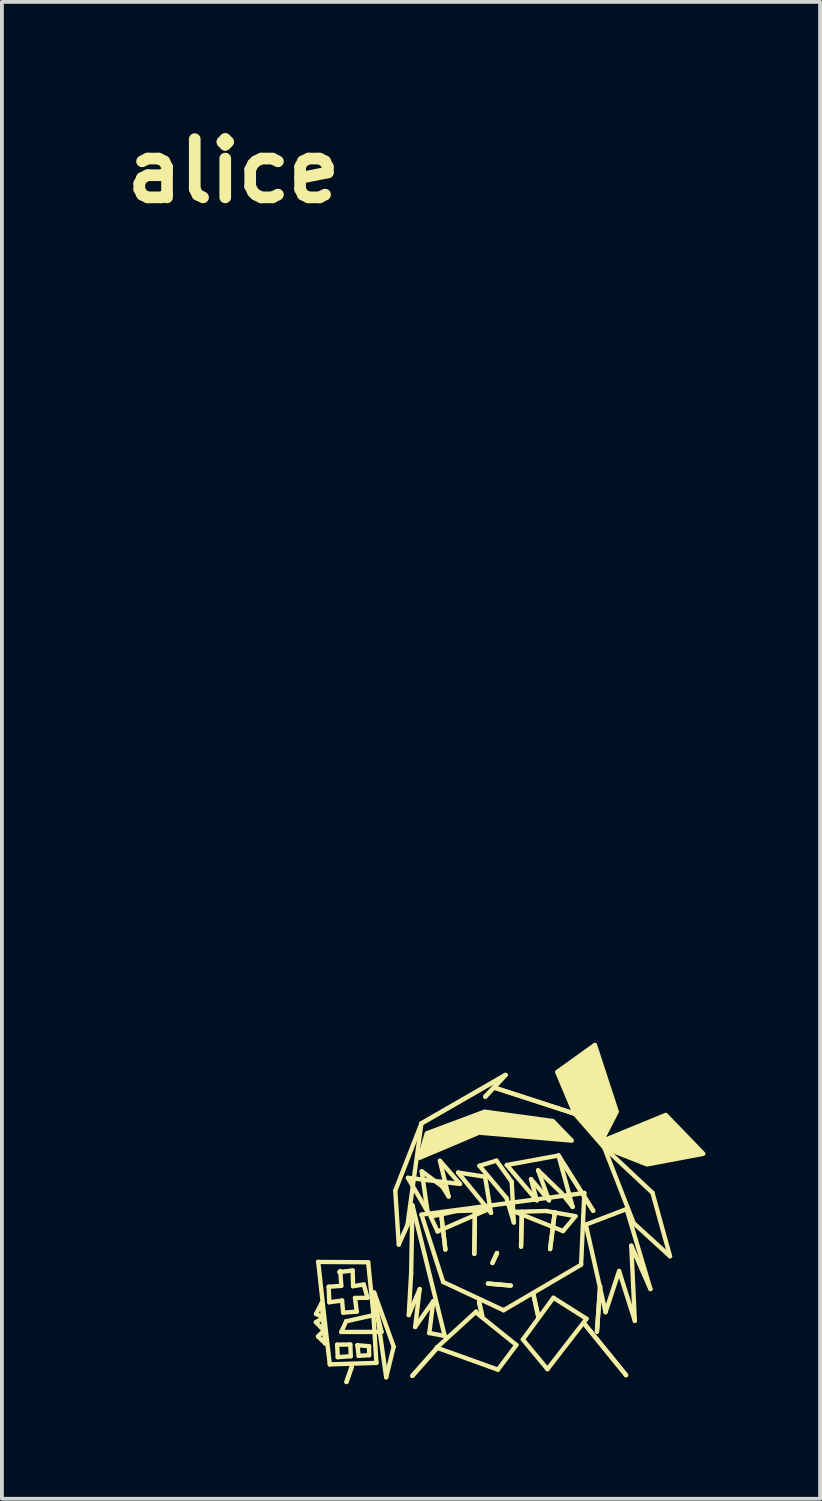
<source format=kicad_pcb>
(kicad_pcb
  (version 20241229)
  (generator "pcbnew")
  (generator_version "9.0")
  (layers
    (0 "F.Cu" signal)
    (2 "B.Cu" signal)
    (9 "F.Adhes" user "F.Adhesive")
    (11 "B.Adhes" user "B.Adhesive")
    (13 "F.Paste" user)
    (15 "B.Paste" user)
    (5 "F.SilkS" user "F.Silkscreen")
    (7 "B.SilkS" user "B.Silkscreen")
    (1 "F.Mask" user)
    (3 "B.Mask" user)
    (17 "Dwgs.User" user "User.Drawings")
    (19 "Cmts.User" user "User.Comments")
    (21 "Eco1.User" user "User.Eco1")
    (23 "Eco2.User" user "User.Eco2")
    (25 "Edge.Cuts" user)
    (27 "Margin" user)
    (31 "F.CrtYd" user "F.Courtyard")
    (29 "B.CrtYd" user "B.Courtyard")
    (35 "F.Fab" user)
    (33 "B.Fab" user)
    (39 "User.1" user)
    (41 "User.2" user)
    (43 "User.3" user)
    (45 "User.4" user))
  (footprint "alice"
    (layer "F.Cu")
    (at 3.063 18.806)
    (property "Reference" "alice" (at 0 -17.379 0) (layer "F.SilkS") (effects (font (size 1.524 1.524) (thickness 0.305))))
    (attr smd)
    (fp_poly (pts (xy 7.524 10.771) (xy 8.274 10.798) (xy 8.44 10.162) (xy 8.297 9.749) (xy 7.869 10.293) (xy 7.394 9.894) (xy 7.524 10.771)) (stroke (width 0) (type solid)) (fill yes) (layer "F.Mask"))
    (fp_poly (pts (xy 5.544 10.847) (xy 6.294 10.874) (xy 6.341 10.232) (xy 6.317 9.825) (xy 5.889 10.369) (xy 5.414 9.97) (xy 5.544 10.847) (xy 5.544 10.847)) (stroke (width 0) (type solid)) (fill yes) (layer "F.Mask"))
    (fp_line (start 2.155 12.748) (end 2.363 12.965) (stroke (width 0.114) (type solid)) (layer "F.SilkS"))
    (fp_line (start 2.158 12.532) (end 2.361 12.625) (stroke (width 0.114) (type solid)) (layer "F.SilkS"))
    (fp_line (start 2.211 13.122) (end 2.397 13.304) (stroke (width 0.114) (type solid)) (layer "F.SilkS"))
    (fp_line (start 2.216 11.172) (end 2.366 12.54) (stroke (width 0.114) (type solid)) (layer "F.SilkS"))
    (fp_line (start 2.216 11.172) (end 2.216 11.172) (stroke (width 0.114) (type solid)) (layer "F.SilkS"))
    (fp_line (start 2.305 12.251) (end 2.158 12.532) (stroke (width 0.114) (type solid)) (layer "F.SilkS"))
    (fp_line (start 2.361 12.625) (end 2.155 12.748) (stroke (width 0.114) (type solid)) (layer "F.SilkS"))
    (fp_line (start 2.363 12.965) (end 2.211 13.122) (stroke (width 0.114) (type solid)) (layer "F.SilkS"))
    (fp_line (start 2.366 12.54) (end 2.518 13.853) (stroke (width 0.114) (type solid)) (layer "F.SilkS"))
    (fp_line (start 2.397 13.304) (end 2.305 12.251) (stroke (width 0.114) (type solid)) (layer "F.SilkS"))
    (fp_line (start 2.489 11.822) (end 2.506 12.227) (stroke (width 0.114) (type solid)) (layer "F.SilkS"))
    (fp_line (start 2.506 12.227) (end 2.84 12.182) (stroke (width 0.114) (type solid)) (layer "F.SilkS"))
    (fp_line (start 2.518 13.853) (end 3.739 13.814) (stroke (width 0.114) (type solid)) (layer "F.SilkS"))
    (fp_line (start 2.711 13.337) (end 3.056 13.333) (stroke (width 0.114) (type solid)) (layer "F.SilkS"))
    (fp_line (start 2.727 13.664) (end 2.711 13.337) (stroke (width 0.114) (type solid)) (layer "F.SilkS"))
    (fp_line (start 2.772 11.436) (end 2.79 11.435) (stroke (width 0.114) (type solid)) (layer "F.SilkS"))
    (fp_line (start 2.79 11.435) (end 2.794 11.413) (stroke (width 0.114) (type solid)) (layer "F.SilkS"))
    (fp_line (start 2.794 11.413) (end 2.819 11.798) (stroke (width 0.114) (type solid)) (layer "F.SilkS"))
    (fp_line (start 2.819 11.798) (end 2.489 11.822) (stroke (width 0.114) (type solid)) (layer "F.SilkS"))
    (fp_line (start 2.819 13.005) (end 3.873 13.003) (stroke (width 0.114) (type solid)) (layer "F.SilkS"))
    (fp_line (start 2.84 12.182) (end 2.869 12.5) (stroke (width 0.114) (type solid)) (layer "F.SilkS"))
    (fp_line (start 2.869 12.5) (end 3.223 12.472) (stroke (width 0.114) (type solid)) (layer "F.SilkS"))
    (fp_line (start 2.947 12.725) (end 2.819 13.005) (stroke (width 0.114) (type solid)) (layer "F.SilkS"))
    (fp_line (start 2.955 14.314) (end 3.093 13.917) (stroke (width 0.114) (type solid)) (layer "F.SilkS"))
    (fp_line (start 3.056 13.333) (end 3.067 13.64) (stroke (width 0.114) (type solid)) (layer "F.SilkS"))
    (fp_line (start 3.067 13.64) (end 2.727 13.664) (stroke (width 0.114) (type solid)) (layer "F.SilkS"))
    (fp_line (start 3.093 13.917) (end 2.955 14.314) (stroke (width 0.114) (type solid)) (layer "F.SilkS"))
    (fp_line (start 3.117 11.396) (end 2.772 11.436) (stroke (width 0.114) (type solid)) (layer "F.SilkS"))
    (fp_line (start 3.128 11.807) (end 3.117 11.396) (stroke (width 0.114) (type solid)) (layer "F.SilkS"))
    (fp_line (start 3.178 12.115) (end 3.506 12.109) (stroke (width 0.114) (type solid)) (layer "F.SilkS"))
    (fp_line (start 3.223 12.472) (end 3.178 12.115) (stroke (width 0.114) (type solid)) (layer "F.SilkS"))
    (fp_line (start 3.243 13.352) (end 3.243 13.352) (stroke (width 0.114) (type solid)) (layer "F.SilkS"))
    (fp_line (start 3.243 13.352) (end 3.274 13.631) (stroke (width 0.114) (type solid)) (layer "F.SilkS"))
    (fp_line (start 3.274 13.631) (end 3.548 13.612) (stroke (width 0.114) (type solid)) (layer "F.SilkS"))
    (fp_line (start 3.407 11.763) (end 3.128 11.807) (stroke (width 0.114) (type solid)) (layer "F.SilkS"))
    (fp_line (start 3.506 12.109) (end 3.407 11.763) (stroke (width 0.114) (type solid)) (layer "F.SilkS"))
    (fp_line (start 3.523 11.18) (end 2.216 11.172) (stroke (width 0.114) (type solid)) (layer "F.SilkS"))
    (fp_line (start 3.546 13.377) (end 3.243 13.352) (stroke (width 0.114) (type solid)) (layer "F.SilkS"))
    (fp_line (start 3.548 13.612) (end 3.546 13.377) (stroke (width 0.114) (type solid)) (layer "F.SilkS"))
    (fp_line (start 3.655 12.488) (end 3.523 11.18) (stroke (width 0.114) (type solid)) (layer "F.SilkS"))
    (fp_line (start 3.681 11.974) (end 4.191 13.39) (stroke (width 0.114) (type solid)) (layer "F.SilkS"))
    (fp_line (start 3.739 13.814) (end 3.655 12.488) (stroke (width 0.114) (type solid)) (layer "F.SilkS"))
    (fp_line (start 3.76 12.543) (end 2.947 12.725) (stroke (width 0.114) (type solid)) (layer "F.SilkS"))
    (fp_line (start 3.873 13.003) (end 3.76 12.543) (stroke (width 0.114) (type solid)) (layer "F.SilkS"))
    (fp_line (start 3.994 14.191) (end 3.681 11.974) (stroke (width 0.114) (type solid)) (layer "F.SilkS"))
    (fp_line (start 4.191 13.39) (end 3.994 14.191) (stroke (width 0.114) (type solid)) (layer "F.SilkS"))
    (fp_line (start 4.232 9.308) (end 4.324 10.716) (stroke (width 0.114) (type solid)) (layer "F.SilkS"))
    (fp_line (start 4.324 10.716) (end 4.551 10.208) (stroke (width 0.114) (type solid)) (layer "F.SilkS"))
    (fp_line (start 4.551 10.208) (end 4.917 7.546) (stroke (width 0.114) (type solid)) (layer "F.SilkS"))
    (fp_line (start 4.564 8.971) (end 5.077 9.854) (stroke (width 0.114) (type solid)) (layer "F.SilkS"))
    (fp_line (start 4.585 12.562) (end 4.871 11.881) (stroke (width 0.114) (type solid)) (layer "F.SilkS"))
    (fp_line (start 4.648 11.465) (end 4.585 12.562) (stroke (width 0.114) (type solid)) (layer "F.SilkS"))
    (fp_line (start 4.678 14.153) (end 5.325 13.425) (stroke (width 0.114) (type solid)) (layer "F.SilkS"))
    (fp_line (start 4.682 9.69) (end 4.648 11.465) (stroke (width 0.114) (type solid)) (layer "F.SilkS"))
    (fp_line (start 4.753 12.874) (end 5.228 12.197) (stroke (width 0.114) (type solid)) (layer "F.SilkS"))
    (fp_line (start 4.871 11.881) (end 4.753 12.874) (stroke (width 0.114) (type solid)) (layer "F.SilkS"))
    (fp_line (start 4.917 7.546) (end 4.232 9.308) (stroke (width 0.114) (type solid)) (layer "F.SilkS"))
    (fp_line (start 4.917 7.546) (end 7.116 6.28) (stroke (width 0.114) (type solid)) (layer "F.SilkS"))
    (fp_line (start 4.919 9.934) (end 5.486 11.697) (stroke (width 0.114) (type solid)) (layer "F.SilkS"))
    (fp_line (start 4.925 8.799) (end 5.468 9.202) (stroke (width 0.114) (type solid)) (layer "F.SilkS"))
    (fp_line (start 5.077 9.854) (end 4.925 8.799) (stroke (width 0.114) (type solid)) (layer "F.SilkS"))
    (fp_line (start 5.123 13.033) (end 5.527 13.109) (stroke (width 0.114) (type solid)) (layer "F.SilkS"))
    (fp_line (start 5.16 9.986) (end 5.842 9.839) (stroke (width 0.114) (type solid)) (layer "F.SilkS"))
    (fp_line (start 5.228 12.197) (end 5.123 13.033) (stroke (width 0.114) (type solid)) (layer "F.SilkS"))
    (fp_line (start 5.317 13.416) (end 6.919 13.992) (stroke (width 0.114) (type solid)) (layer "F.SilkS"))
    (fp_line (start 5.325 13.425) (end 4.678 14.153) (stroke (width 0.114) (type solid)) (layer "F.SilkS"))
    (fp_line (start 5.339 10.374) (end 5.16 9.986) (stroke (width 0.114) (type solid)) (layer "F.SilkS"))
    (fp_line (start 5.401 8.525) (end 5.926 9.131) (stroke (width 0.114) (type solid)) (layer "F.SilkS"))
    (fp_line (start 5.431 9.901) (end 5.544 10.847) (stroke (width 0.114) (type solid)) (layer "F.SilkS"))
    (fp_line (start 5.468 9.202) (end 5.628 9.459) (stroke (width 0.114) (type solid)) (layer "F.SilkS"))
    (fp_line (start 5.486 11.697) (end 7.066 12.436) (stroke (width 0.114) (type solid)) (layer "F.SilkS"))
    (fp_line (start 5.527 13.109) (end 4.682 9.69) (stroke (width 0.114) (type solid)) (layer "F.SilkS"))
    (fp_line (start 5.544 10.847) (end 5.431 9.901) (stroke (width 0.114) (type solid)) (layer "F.SilkS"))
    (fp_line (start 5.628 9.459) (end 5.401 8.525) (stroke (width 0.114) (type solid)) (layer "F.SilkS"))
    (fp_line (start 5.842 9.839) (end 6.609 9.818) (stroke (width 0.114) (type solid)) (layer "F.SilkS"))
    (fp_line (start 5.876 8.832) (end 6.738 9.888) (stroke (width 0.114) (type solid)) (layer "F.SilkS"))
    (fp_line (start 5.926 9.131) (end 4.564 8.971) (stroke (width 0.114) (type solid)) (layer "F.SilkS"))
    (fp_line (start 6.301 10.96) (end 6.317 9.825) (stroke (width 0.114) (type solid)) (layer "F.SilkS"))
    (fp_line (start 6.317 9.825) (end 6.301 10.96) (stroke (width 0.114) (type solid)) (layer "F.SilkS"))
    (fp_line (start 6.343 12.495) (end 6.347 12.474) (stroke (width 0.114) (type solid)) (layer "F.SilkS"))
    (fp_line (start 6.347 12.474) (end 5.317 13.416) (stroke (width 0.114) (type solid)) (layer "F.SilkS"))
    (fp_line (start 6.425 12.221) (end 6.507 12.575) (stroke (width 0.114) (type solid)) (layer "F.SilkS"))
    (fp_line (start 6.435 8.656) (end 7.142 9.497) (stroke (width 0.114) (type solid)) (layer "F.SilkS"))
    (fp_line (start 6.507 12.575) (end 6.425 12.221) (stroke (width 0.114) (type solid)) (layer "F.SilkS"))
    (fp_line (start 6.582 8.942) (end 5.876 8.832) (stroke (width 0.114) (type solid)) (layer "F.SilkS"))
    (fp_line (start 6.587 6.848) (end 7.116 6.28) (stroke (width 0.114) (type solid)) (layer "F.SilkS"))
    (fp_line (start 6.609 9.818) (end 5.339 10.374) (stroke (width 0.114) (type solid)) (layer "F.SilkS"))
    (fp_line (start 6.658 11.738) (end 7.254 11.79) (stroke (width 0.114) (type solid)) (layer "F.SilkS"))
    (fp_line (start 6.738 9.888) (end 6.582 8.942) (stroke (width 0.114) (type solid)) (layer "F.SilkS"))
    (fp_line (start 6.776 11.2) (end 6.894 10.939) (stroke (width 0.114) (type solid)) (layer "F.SilkS"))
    (fp_line (start 6.843 6.616) (end 8.929 7.293) (stroke (width 0.114) (type solid)) (layer "F.SilkS"))
    (fp_line (start 6.881 8.521) (end 6.435 8.656) (stroke (width 0.114) (type solid)) (layer "F.SilkS"))
    (fp_line (start 6.894 10.939) (end 6.776 11.2) (stroke (width 0.114) (type solid)) (layer "F.SilkS"))
    (fp_line (start 6.919 13.992) (end 7.402 13.345) (stroke (width 0.114) (type solid)) (layer "F.SilkS"))
    (fp_line (start 7.066 12.436) (end 9.096 11.245) (stroke (width 0.114) (type solid)) (layer "F.SilkS"))
    (fp_line (start 7.116 6.28) (end 4.917 7.546) (stroke (width 0.114) (type solid)) (layer "F.SilkS"))
    (fp_line (start 7.116 6.28) (end 6.587 6.848) (stroke (width 0.114) (type solid)) (layer "F.SilkS"))
    (fp_line (start 7.142 9.497) (end 7.335 10.14) (stroke (width 0.114) (type solid)) (layer "F.SilkS"))
    (fp_line (start 7.15 8.635) (end 7.936 9.56) (stroke (width 0.114) (type solid)) (layer "F.SilkS"))
    (fp_line (start 7.254 11.79) (end 6.658 11.738) (stroke (width 0.114) (type solid)) (layer "F.SilkS"))
    (fp_line (start 7.28 9.076) (end 6.881 8.521) (stroke (width 0.114) (type solid)) (layer "F.SilkS"))
    (fp_line (start 7.335 10.14) (end 7.28 9.076) (stroke (width 0.114) (type solid)) (layer "F.SilkS"))
    (fp_line (start 7.364 9.86) (end 8.623 10.364) (stroke (width 0.114) (type solid)) (layer "F.SilkS"))
    (fp_line (start 7.402 13.345) (end 6.343 12.495) (stroke (width 0.114) (type solid)) (layer "F.SilkS"))
    (fp_line (start 7.524 10.771) (end 7.545 9.863) (stroke (width 0.114) (type solid)) (layer "F.SilkS"))
    (fp_line (start 7.545 9.863) (end 7.524 10.771) (stroke (width 0.114) (type solid)) (layer "F.SilkS"))
    (fp_line (start 7.571 13.202) (end 8.371 12.11) (stroke (width 0.114) (type solid)) (layer "F.SilkS"))
    (fp_line (start 7.785 9.005) (end 8.256 9.56) (stroke (width 0.114) (type solid)) (layer "F.SilkS"))
    (fp_line (start 7.844 12.007) (end 7.978 12.617) (stroke (width 0.114) (type solid)) (layer "F.SilkS"))
    (fp_line (start 7.936 9.56) (end 7.785 9.005) (stroke (width 0.114) (type solid)) (layer "F.SilkS"))
    (fp_line (start 7.97 8.774) (end 8.576 9.362) (stroke (width 0.114) (type solid)) (layer "F.SilkS"))
    (fp_line (start 7.978 12.617) (end 7.844 12.007) (stroke (width 0.114) (type solid)) (layer "F.SilkS"))
    (fp_line (start 8.183 9.839) (end 7.364 9.86) (stroke (width 0.114) (type solid)) (layer "F.SilkS"))
    (fp_line (start 8.215 13.979) (end 7.571 13.202) (stroke (width 0.114) (type solid)) (layer "F.SilkS"))
    (fp_line (start 8.256 9.56) (end 7.97 8.774) (stroke (width 0.114) (type solid)) (layer "F.SilkS"))
    (fp_line (start 8.285 10.834) (end 8.407 9.871) (stroke (width 0.114) (type solid)) (layer "F.SilkS"))
    (fp_line (start 8.371 12.11) (end 9.237 12.659) (stroke (width 0.114) (type solid)) (layer "F.SilkS"))
    (fp_line (start 8.407 9.871) (end 8.285 10.834) (stroke (width 0.114) (type solid)) (layer "F.SilkS"))
    (fp_line (start 8.504 8.387) (end 7.15 8.635) (stroke (width 0.114) (type solid)) (layer "F.SilkS"))
    (fp_line (start 8.504 8.387) (end 9.412 9.833) (stroke (width 0.114) (type solid)) (layer "F.SilkS"))
    (fp_line (start 8.576 9.362) (end 8.874 9.732) (stroke (width 0.114) (type solid)) (layer "F.SilkS"))
    (fp_line (start 8.623 10.364) (end 8.949 9.975) (stroke (width 0.114) (type solid)) (layer "F.SilkS"))
    (fp_line (start 8.874 9.732) (end 8.504 8.387) (stroke (width 0.114) (type solid)) (layer "F.SilkS"))
    (fp_line (start 8.929 7.293) (end 6.843 6.616) (stroke (width 0.114) (type solid)) (layer "F.SilkS"))
    (fp_line (start 8.949 9.975) (end 8.183 9.839) (stroke (width 0.114) (type solid)) (layer "F.SilkS"))
    (fp_line (start 9.096 11.245) (end 9.18 9.367) (stroke (width 0.114) (type solid)) (layer "F.SilkS"))
    (fp_line (start 9.164 12.769) (end 10.273 14.136) (stroke (width 0.114) (type solid)) (layer "F.SilkS"))
    (fp_line (start 9.18 9.367) (end 4.919 9.934) (stroke (width 0.114) (type solid)) (layer "F.SilkS"))
    (fp_line (start 9.219 10.195) (end 9.736 12.487) (stroke (width 0.114) (type solid)) (layer "F.SilkS"))
    (fp_line (start 9.237 12.659) (end 8.215 13.979) (stroke (width 0.114) (type solid)) (layer "F.SilkS"))
    (fp_line (start 9.412 9.833) (end 8.504 8.387) (stroke (width 0.114) (type solid)) (layer "F.SilkS"))
    (fp_line (start 9.511 12.997) (end 9.594 11.808) (stroke (width 0.114) (type solid)) (layer "F.SilkS"))
    (fp_line (start 9.594 11.808) (end 9.511 12.997) (stroke (width 0.114) (type solid)) (layer "F.SilkS"))
    (fp_line (start 9.703 8.181) (end 10.472 10.157) (stroke (width 0.114) (type solid)) (layer "F.SilkS"))
    (fp_line (start 9.736 12.487) (end 10.09 11.41) (stroke (width 0.114) (type solid)) (layer "F.SilkS"))
    (fp_line (start 10.09 11.41) (end 10.502 12.714) (stroke (width 0.114) (type solid)) (layer "F.SilkS"))
    (fp_line (start 10.273 14.136) (end 9.164 12.769) (stroke (width 0.114) (type solid)) (layer "F.SilkS"))
    (fp_line (start 10.287 9.787) (end 9.219 10.195) (stroke (width 0.114) (type solid)) (layer "F.SilkS"))
    (fp_line (start 10.409 10.746) (end 10.91 11.881) (stroke (width 0.114) (type solid)) (layer "F.SilkS"))
    (fp_line (start 10.472 10.157) (end 11.423 11.023) (stroke (width 0.114) (type solid)) (layer "F.SilkS"))
    (fp_line (start 10.502 12.714) (end 10.409 10.746) (stroke (width 0.114) (type solid)) (layer "F.SilkS"))
    (fp_line (start 10.91 11.881) (end 10.287 9.787) (stroke (width 0.114) (type solid)) (layer "F.SilkS"))
    (fp_line (start 10.964 9.362) (end 9.703 8.181) (stroke (width 0.114) (type solid)) (layer "F.SilkS"))
    (fp_line (start 11.423 11.023) (end 10.964 9.362) (stroke (width 0.114) (type solid)) (layer "F.SilkS"))
    (fp_poly (pts (xy 5.544 10.847) (xy 5.907 10.817) (xy 5.544 10.847)) (stroke (width 0.114) (type solid)) (fill yes) (layer "F.SilkS"))
    (fp_poly (pts (xy 8.363 10.832) (xy 7.971 10.838) (xy 8.363 10.832)) (stroke (width 0.114) (type solid)) (fill yes) (layer "F.SilkS"))
    (fp_poly (pts (xy 5.057 7.805) (xy 4.866 8.448) (xy 6.425 7.788) (xy 8.851 7.996) (xy 8.357 7.484) (xy 6.567 7.24) (xy 5.057 7.805)) (stroke (width 0.114) (type solid)) (fill yes) (layer "F.SilkS"))
    (fp_poly (pts (xy 8.929 7.293) (xy 8.47 6.2) (xy 9.458 5.492) (xy 10.029 7.24) (xy 9.63 8.014) (xy 11.313 7.324) (xy 12.294 8.341) (xy 10.82 8.62) (xy 9.703 8.181) (xy 8.929 7.293)) (stroke (width 0.114) (type solid)) (fill yes) (layer "F.SilkS")))
  (gr_rect
    (start -3 -3)
    (end 18.414 36.177)
    (stroke (width 0.1) (type default))
    (fill no)
    (layer "Edge.Cuts")))
</source>
